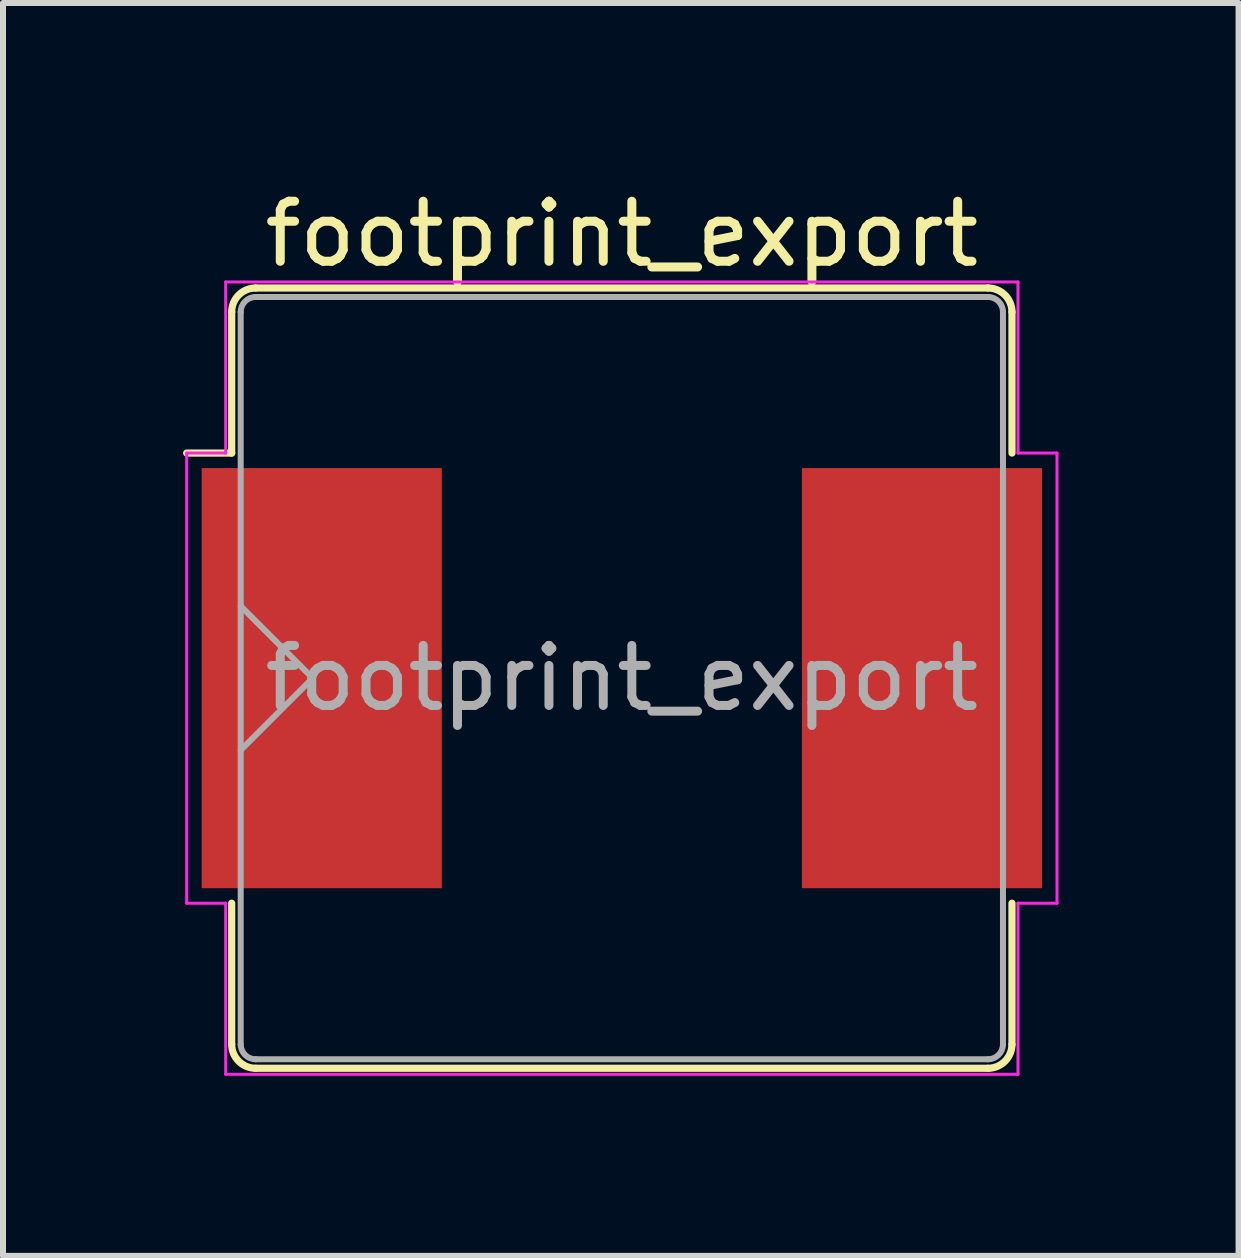
<source format=kicad_pcb>
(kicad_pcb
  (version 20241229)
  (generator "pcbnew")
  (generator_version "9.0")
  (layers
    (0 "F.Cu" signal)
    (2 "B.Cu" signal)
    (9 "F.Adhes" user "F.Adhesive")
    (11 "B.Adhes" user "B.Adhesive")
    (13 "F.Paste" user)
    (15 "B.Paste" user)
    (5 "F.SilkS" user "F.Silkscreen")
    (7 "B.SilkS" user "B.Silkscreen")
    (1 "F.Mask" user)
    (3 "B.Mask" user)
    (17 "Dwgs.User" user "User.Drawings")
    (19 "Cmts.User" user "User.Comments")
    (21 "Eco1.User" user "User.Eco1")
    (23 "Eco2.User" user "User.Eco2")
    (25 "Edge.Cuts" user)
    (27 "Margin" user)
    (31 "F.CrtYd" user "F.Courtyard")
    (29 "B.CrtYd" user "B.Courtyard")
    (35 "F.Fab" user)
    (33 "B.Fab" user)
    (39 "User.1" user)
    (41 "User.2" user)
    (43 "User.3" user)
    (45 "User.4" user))
  (footprint "footprint_export"
    (layer "F.Cu")
    (at 7.31 8.248)
    (property "Reference" "footprint_export" (at 0 -7.4 0) (layer "F.SilkS") (effects (font (size 1 1) (thickness 0.15))))
    (attr smd)
    (fp_line (start -6.5 -6.1) (end -6.5 -3.75) (stroke (width 0.12) (type solid)) (layer "F.SilkS"))
    (fp_line (start -6.5 -3.75) (end -7.25 -3.75) (stroke (width 0.12) (type solid)) (layer "F.SilkS"))
    (fp_line (start -6.5 3.75) (end -6.5 6.1) (stroke (width 0.12) (type solid)) (layer "F.SilkS"))
    (fp_line (start -6.1 -6.5) (end 6.1 -6.5) (stroke (width 0.12) (type solid)) (layer "F.SilkS"))
    (fp_line (start 6.1 6.5) (end -6.1 6.5) (stroke (width 0.12) (type solid)) (layer "F.SilkS"))
    (fp_line (start 6.5 -6.1) (end 6.5 -3.75) (stroke (width 0.12) (type solid)) (layer "F.SilkS"))
    (fp_line (start 6.5 3.75) (end 6.5 6.1) (stroke (width 0.12) (type solid)) (layer "F.SilkS"))
    (fp_arc (start -6.5 -6.1) (mid -6.382843 -6.382843) (end -6.1 -6.5) (stroke (width 0.12) (type solid)) (layer "F.SilkS"))
    (fp_arc (start -6.1 6.5) (mid -6.382843 6.382843) (end -6.5 6.1) (stroke (width 0.12) (type solid)) (layer "F.SilkS"))
    (fp_arc (start 6.1 -6.5) (mid 6.382843 -6.382843) (end 6.5 -6.1) (stroke (width 0.12) (type solid)) (layer "F.SilkS"))
    (fp_arc (start 6.5 6.1) (mid 6.382843 6.382843) (end 6.1 6.5) (stroke (width 0.12) (type solid)) (layer "F.SilkS"))
    (fp_line (start -7.25 -3.75) (end -7.25 3.75) (stroke (width 0.05) (type solid)) (layer "F.CrtYd"))
    (fp_line (start -7.25 -3.75) (end -6.6 -3.75) (stroke (width 0.05) (type solid)) (layer "F.CrtYd"))
    (fp_line (start -6.6 -6.6) (end -6.6 -3.75) (stroke (width 0.05) (type solid)) (layer "F.CrtYd"))
    (fp_line (start -6.6 -6.6) (end 6.6 -6.6) (stroke (width 0.05) (type solid)) (layer "F.CrtYd"))
    (fp_line (start -6.6 3.75) (end -7.25 3.75) (stroke (width 0.05) (type solid)) (layer "F.CrtYd"))
    (fp_line (start -6.6 6.6) (end -6.6 3.75) (stroke (width 0.05) (type solid)) (layer "F.CrtYd"))
    (fp_line (start 6.6 -6.6) (end 6.6 -3.75) (stroke (width 0.05) (type solid)) (layer "F.CrtYd"))
    (fp_line (start 6.6 3.75) (end 6.6 6.6) (stroke (width 0.05) (type solid)) (layer "F.CrtYd"))
    (fp_line (start 6.6 6.6) (end -6.6 6.6) (stroke (width 0.05) (type solid)) (layer "F.CrtYd"))
    (fp_line (start 7.25 -3.75) (end 6.6 -3.75) (stroke (width 0.05) (type solid)) (layer "F.CrtYd"))
    (fp_line (start 7.25 -3.75) (end 7.25 3.75) (stroke (width 0.05) (type solid)) (layer "F.CrtYd"))
    (fp_line (start 7.25 3.75) (end 6.6 3.75) (stroke (width 0.05) (type solid)) (layer "F.CrtYd"))
    (fp_line (start -6.35 -6.1) (end -6.35 6.1) (stroke (width 0.1) (type solid)) (layer "F.Fab"))
    (fp_line (start -6.1 -6.35) (end 6.1 -6.35) (stroke (width 0.1) (type solid)) (layer "F.Fab"))
    (fp_line (start -5.15 0) (end -6.35 -1.2) (stroke (width 0.1) (type solid)) (layer "F.Fab"))
    (fp_line (start -5.15 0) (end -6.35 1.2) (stroke (width 0.1) (type solid)) (layer "F.Fab"))
    (fp_line (start 6.1 6.35) (end -6.1 6.35) (stroke (width 0.1) (type solid)) (layer "F.Fab"))
    (fp_line (start 6.35 -6.1) (end 6.35 6.1) (stroke (width 0.1) (type solid)) (layer "F.Fab"))
    (fp_arc (start -6.35 -6.1) (mid -6.276777 -6.276777) (end -6.1 -6.35) (stroke (width 0.1) (type solid)) (layer "F.Fab"))
    (fp_arc (start -6.1 6.35) (mid -6.276777 6.276777) (end -6.35 6.1) (stroke (width 0.1) (type solid)) (layer "F.Fab"))
    (fp_arc (start 6.1 -6.35) (mid 6.276777 -6.276777) (end 6.35 -6.1) (stroke (width 0.1) (type solid)) (layer "F.Fab"))
    (fp_arc (start 6.35 6.1) (mid 6.276777 6.276777) (end 6.1 6.35) (stroke (width 0.1) (type solid)) (layer "F.Fab"))
    (fp_text user "${REFERENCE}" (at 0 0 0) (layer "F.Fab") (effects (font (size 1 1) (thickness 0.15))))
    (pad "1" smd rect (at -5 0) (size 4 7) (layers "F.Cu" "F.Mask" "F.Paste"))
    (pad "2" smd rect (at 5 0) (size 4 7) (layers "F.Cu" "F.Mask" "F.Paste")))
  (gr_rect
    (start -3 -3)
    (end 17.585 17.873)
    (stroke (width 0.1) (type default))
    (fill no)
    (layer "Edge.Cuts")))
</source>
